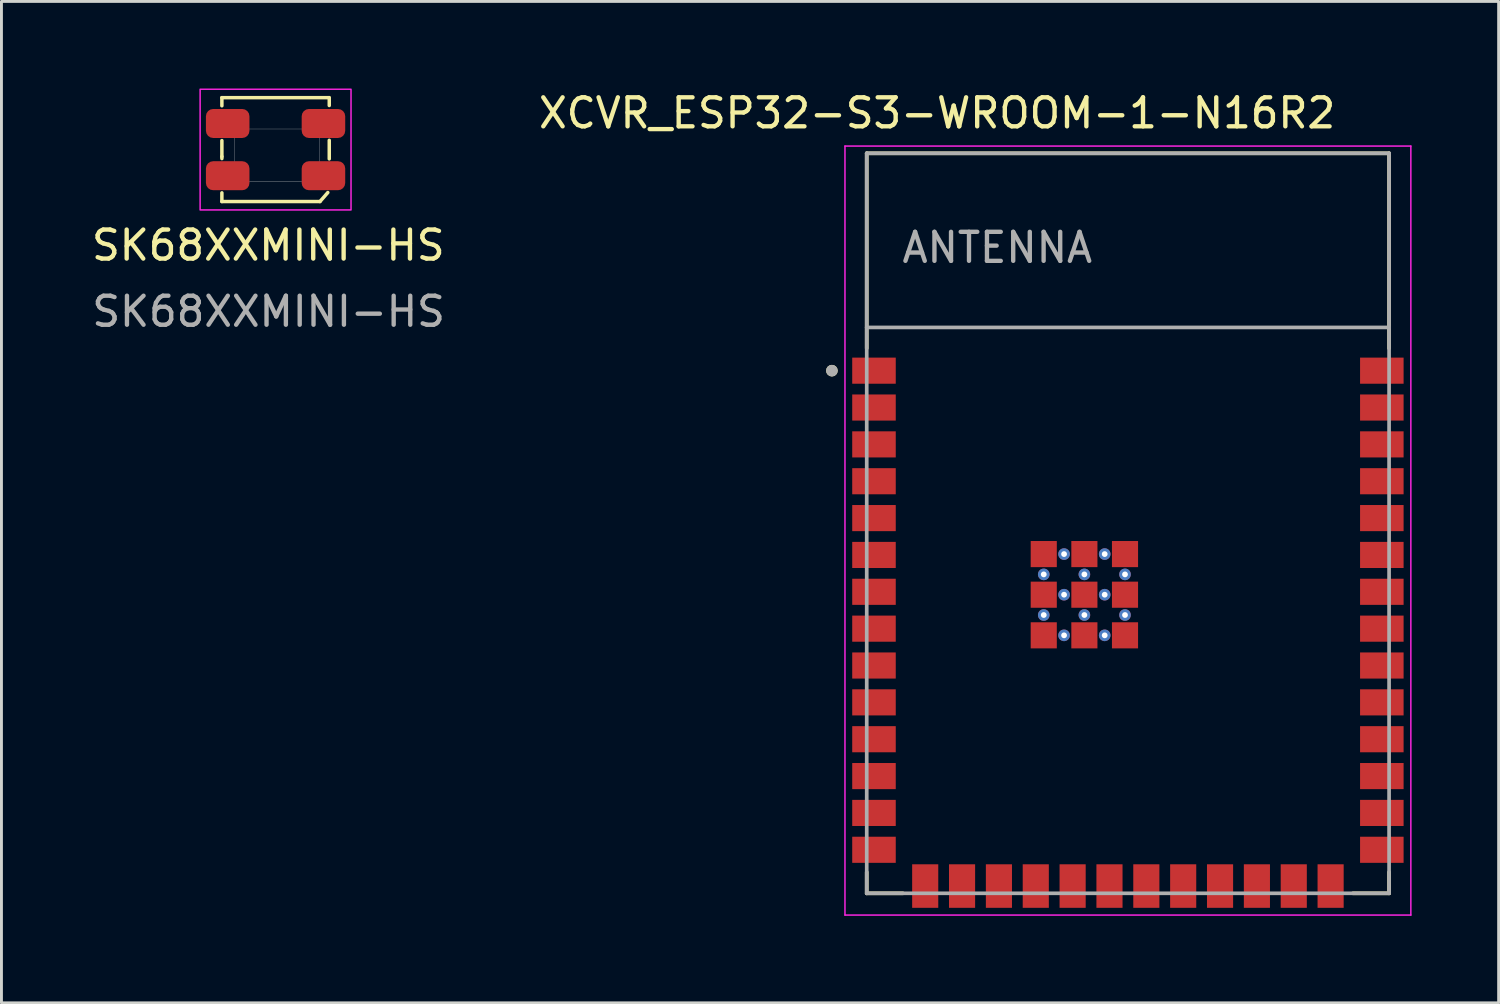
<source format=kicad_pcb>
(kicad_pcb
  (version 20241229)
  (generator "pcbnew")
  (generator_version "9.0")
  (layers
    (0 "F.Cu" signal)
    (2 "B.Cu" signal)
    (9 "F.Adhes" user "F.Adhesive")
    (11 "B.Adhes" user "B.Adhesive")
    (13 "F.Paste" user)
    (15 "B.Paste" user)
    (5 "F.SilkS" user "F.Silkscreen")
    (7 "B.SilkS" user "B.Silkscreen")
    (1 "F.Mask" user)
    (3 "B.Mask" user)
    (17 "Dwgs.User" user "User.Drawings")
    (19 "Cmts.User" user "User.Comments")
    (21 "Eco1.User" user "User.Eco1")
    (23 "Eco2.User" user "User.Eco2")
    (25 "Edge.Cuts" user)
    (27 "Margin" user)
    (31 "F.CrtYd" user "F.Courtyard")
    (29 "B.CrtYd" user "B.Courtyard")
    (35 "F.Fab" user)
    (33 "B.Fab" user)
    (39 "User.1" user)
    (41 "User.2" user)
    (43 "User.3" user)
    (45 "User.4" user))
  (footprint "XCVR_ESP32-S3-WROOM-1-N16R2"
    (layer "F.Cu")
    (at 35.817 14.983)
    (property "Reference" "XCVR_ESP32-S3-WROOM-1-N16R2" (at -6.575 -14.135 0) (layer "F.SilkS") (effects (font (size 1 1) (thickness 0.15))))
    (attr smd)
    (fp_line (start -9 -12.75) (end 9 -12.75) (stroke (width 0.127) (type solid)) (layer "F.SilkS"))
    (fp_line (start -9 -6.03) (end -9 -12.75) (stroke (width 0.127) (type solid)) (layer "F.SilkS"))
    (fp_line (start -9 12.02) (end -9 12.75) (stroke (width 0.127) (type solid)) (layer "F.SilkS"))
    (fp_line (start -9 12.75) (end -7.755 12.75) (stroke (width 0.127) (type solid)) (layer "F.SilkS"))
    (fp_line (start 9 -12.75) (end 9 -6.03) (stroke (width 0.127) (type solid)) (layer "F.SilkS"))
    (fp_line (start 9 12.02) (end 9 12.75) (stroke (width 0.127) (type solid)) (layer "F.SilkS"))
    (fp_line (start 9 12.75) (end 7.755 12.75) (stroke (width 0.127) (type solid)) (layer "F.SilkS"))
    (fp_circle (center -10.2 -5.26) (end -10.1 -5.26) (stroke (width 0.2) (type solid)) (fill no) (layer "F.SilkS"))
    (fp_line (start -9.75 -13) (end 9.75 -13) (stroke (width 0.05) (type solid)) (layer "F.CrtYd"))
    (fp_line (start -9.75 13.5) (end -9.75 -13) (stroke (width 0.05) (type solid)) (layer "F.CrtYd"))
    (fp_line (start -9.75 13.5) (end 9.75 13.5) (stroke (width 0.05) (type solid)) (layer "F.CrtYd"))
    (fp_line (start 9.75 -13) (end 9.75 13.5) (stroke (width 0.05) (type solid)) (layer "F.CrtYd"))
    (fp_line (start -9 -12.75) (end 9 -12.75) (stroke (width 0.127) (type solid)) (layer "F.Fab"))
    (fp_line (start -9 -6.75) (end -9 -12.75) (stroke (width 0.127) (type solid)) (layer "F.Fab"))
    (fp_line (start -9 -6.75) (end 9 -6.75) (stroke (width 0.127) (type solid)) (layer "F.Fab"))
    (fp_line (start -9 12.75) (end -9 -6.75) (stroke (width 0.127) (type solid)) (layer "F.Fab"))
    (fp_line (start 9 -12.75) (end 9 -6.75) (stroke (width 0.127) (type solid)) (layer "F.Fab"))
    (fp_line (start 9 -6.75) (end 9 12.75) (stroke (width 0.127) (type solid)) (layer "F.Fab"))
    (fp_line (start 9 12.75) (end -9 12.75) (stroke (width 0.127) (type solid)) (layer "F.Fab"))
    (fp_circle (center -10.2 -5.26) (end -10.1 -5.26) (stroke (width 0.2) (type solid)) (fill no) (layer "F.Fab"))
    (fp_text user "ANTENNA" (at -4.5 -9.5 0) (layer "F.Fab") (effects (font (size 1 1) (thickness 0.15))))
    (pad "1" smd rect (at -8.75 -5.26) (size 1.5 0.9) (layers "F.Cu" "F.Mask" "F.Paste"))
    (pad "2" smd rect (at -8.75 -3.99) (size 1.5 0.9) (layers "F.Cu" "F.Mask" "F.Paste"))
    (pad "3" smd rect (at -8.75 -2.72) (size 1.5 0.9) (layers "F.Cu" "F.Mask" "F.Paste"))
    (pad "4" smd rect (at -8.75 -1.45) (size 1.5 0.9) (layers "F.Cu" "F.Mask" "F.Paste"))
    (pad "5" smd rect (at -8.75 -0.18) (size 1.5 0.9) (layers "F.Cu" "F.Mask" "F.Paste"))
    (pad "6" smd rect (at -8.75 1.09) (size 1.5 0.9) (layers "F.Cu" "F.Mask" "F.Paste"))
    (pad "7" smd rect (at -8.75 2.36) (size 1.5 0.9) (layers "F.Cu" "F.Mask" "F.Paste"))
    (pad "8" smd rect (at -8.75 3.63) (size 1.5 0.9) (layers "F.Cu" "F.Mask" "F.Paste"))
    (pad "9" smd rect (at -8.75 4.9) (size 1.5 0.9) (layers "F.Cu" "F.Mask" "F.Paste"))
    (pad "10" smd rect (at -8.75 6.17) (size 1.5 0.9) (layers "F.Cu" "F.Mask" "F.Paste"))
    (pad "11" smd rect (at -8.75 7.44) (size 1.5 0.9) (layers "F.Cu" "F.Mask" "F.Paste"))
    (pad "12" smd rect (at -8.75 8.71) (size 1.5 0.9) (layers "F.Cu" "F.Mask" "F.Paste"))
    (pad "13" smd rect (at -8.75 9.98) (size 1.5 0.9) (layers "F.Cu" "F.Mask" "F.Paste"))
    (pad "14" smd rect (at -8.75 11.25) (size 1.5 0.9) (layers "F.Cu" "F.Mask" "F.Paste"))
    (pad "15" smd rect (at -6.985 12.5) (size 0.9 1.5) (layers "F.Cu" "F.Mask" "F.Paste"))
    (pad "16" smd rect (at -5.715 12.5) (size 0.9 1.5) (layers "F.Cu" "F.Mask" "F.Paste"))
    (pad "17" smd rect (at -4.445 12.5) (size 0.9 1.5) (layers "F.Cu" "F.Mask" "F.Paste"))
    (pad "18" smd rect (at -3.175 12.5) (size 0.9 1.5) (layers "F.Cu" "F.Mask" "F.Paste"))
    (pad "19" smd rect (at -1.905 12.5) (size 0.9 1.5) (layers "F.Cu" "F.Mask" "F.Paste"))
    (pad "20" smd rect (at -0.635 12.5) (size 0.9 1.5) (layers "F.Cu" "F.Mask" "F.Paste"))
    (pad "21" smd rect (at 0.635 12.5) (size 0.9 1.5) (layers "F.Cu" "F.Mask" "F.Paste"))
    (pad "22" smd rect (at 1.905 12.5) (size 0.9 1.5) (layers "F.Cu" "F.Mask" "F.Paste"))
    (pad "23" smd rect (at 3.175 12.5) (size 0.9 1.5) (layers "F.Cu" "F.Mask" "F.Paste"))
    (pad "24" smd rect (at 4.445 12.5) (size 0.9 1.5) (layers "F.Cu" "F.Mask" "F.Paste"))
    (pad "25" smd rect (at 5.715 12.5) (size 0.9 1.5) (layers "F.Cu" "F.Mask" "F.Paste"))
    (pad "26" smd rect (at 6.985 12.5) (size 0.9 1.5) (layers "F.Cu" "F.Mask" "F.Paste"))
    (pad "27" smd rect (at 8.75 11.25) (size 1.5 0.9) (layers "F.Cu" "F.Mask" "F.Paste"))
    (pad "28" smd rect (at 8.75 9.98) (size 1.5 0.9) (layers "F.Cu" "F.Mask" "F.Paste"))
    (pad "29" smd rect (at 8.75 8.71) (size 1.5 0.9) (layers "F.Cu" "F.Mask" "F.Paste"))
    (pad "30" smd rect (at 8.75 7.44) (size 1.5 0.9) (layers "F.Cu" "F.Mask" "F.Paste"))
    (pad "31" smd rect (at 8.75 6.17) (size 1.5 0.9) (layers "F.Cu" "F.Mask" "F.Paste"))
    (pad "32" smd rect (at 8.75 4.9) (size 1.5 0.9) (layers "F.Cu" "F.Mask" "F.Paste"))
    (pad "33" smd rect (at 8.75 3.63) (size 1.5 0.9) (layers "F.Cu" "F.Mask" "F.Paste"))
    (pad "34" smd rect (at 8.75 2.36) (size 1.5 0.9) (layers "F.Cu" "F.Mask" "F.Paste"))
    (pad "35" smd rect (at 8.75 1.09) (size 1.5 0.9) (layers "F.Cu" "F.Mask" "F.Paste"))
    (pad "36" smd rect (at 8.75 -0.18) (size 1.5 0.9) (layers "F.Cu" "F.Mask" "F.Paste"))
    (pad "37" smd rect (at 8.75 -1.45) (size 1.5 0.9) (layers "F.Cu" "F.Mask" "F.Paste"))
    (pad "38" smd rect (at 8.75 -2.72) (size 1.5 0.9) (layers "F.Cu" "F.Mask" "F.Paste"))
    (pad "39" smd rect (at 8.75 -3.99) (size 1.5 0.9) (layers "F.Cu" "F.Mask" "F.Paste"))
    (pad "40" smd rect (at 8.75 -5.26) (size 1.5 0.9) (layers "F.Cu" "F.Mask" "F.Paste"))
    (pad "41_1" smd rect (at -1.5 2.46) (size 0.9 0.9) (layers "F.Cu" "F.Mask" "F.Paste"))
    (pad "41_2" smd rect (at -2.9 2.46) (size 0.9 0.9) (layers "F.Cu" "F.Mask" "F.Paste"))
    (pad "41_3" smd rect (at -0.1 2.46) (size 0.9 0.9) (layers "F.Cu" "F.Mask" "F.Paste"))
    (pad "41_4" smd rect (at -2.9 3.86) (size 0.9 0.9) (layers "F.Cu" "F.Mask" "F.Paste"))
    (pad "41_5" smd rect (at -1.5 3.86) (size 0.9 0.9) (layers "F.Cu" "F.Mask" "F.Paste"))
    (pad "41_6" smd rect (at -0.1 3.86) (size 0.9 0.9) (layers "F.Cu" "F.Mask" "F.Paste"))
    (pad "41_7" smd rect (at -2.9 1.06) (size 0.9 0.9) (layers "F.Cu" "F.Mask" "F.Paste"))
    (pad "41_8" smd rect (at -1.5 1.06) (size 0.9 0.9) (layers "F.Cu" "F.Mask" "F.Paste"))
    (pad "41_9" smd rect (at -0.1 1.06) (size 0.9 0.9) (layers "F.Cu" "F.Mask" "F.Paste"))
    (pad "41_10" thru_hole circle (at -1.5 1.76) (size 0.4 0.4) (drill 0.2) (layers "*.Cu"))
    (pad "41_11" thru_hole circle (at -2.9 1.76) (size 0.4 0.4) (drill 0.2) (layers "*.Cu"))
    (pad "41_12" thru_hole circle (at -0.1 1.76) (size 0.4 0.4) (drill 0.2) (layers "*.Cu"))
    (pad "41_13" thru_hole circle (at -2.9 3.16) (size 0.4 0.4) (drill 0.2) (layers "*.Cu"))
    (pad "41_14" thru_hole circle (at -1.5 3.16) (size 0.4 0.4) (drill 0.2) (layers "*.Cu"))
    (pad "41_15" thru_hole circle (at -0.1 3.16) (size 0.4 0.4) (drill 0.2) (layers "*.Cu"))
    (pad "41_16" thru_hole circle (at -2.2 1.06) (size 0.4 0.4) (drill 0.2) (layers "*.Cu"))
    (pad "41_17" thru_hole circle (at -0.8 1.06) (size 0.4 0.4) (drill 0.2) (layers "*.Cu"))
    (pad "41_18" thru_hole circle (at -2.2 2.46) (size 0.4 0.4) (drill 0.2) (layers "*.Cu"))
    (pad "41_19" thru_hole circle (at -0.8 2.46) (size 0.4 0.4) (drill 0.2) (layers "*.Cu"))
    (pad "41_20" thru_hole circle (at -2.2 3.86) (size 0.4 0.4) (drill 0.2) (layers "*.Cu"))
    (pad "41_21" thru_hole circle (at -0.8 3.86) (size 0.4 0.4) (drill 0.2) (layers "*.Cu"))
    (zone (net_name "") (layer "F.Cu") (hatch full 0.508) (connect_pads) (min_thickness 0.01) (filled_areas_thickness no) (keepout (tracks not_allowed) (vias not_allowed) (pads not_allowed) (copperpour not_allowed) (footprints allowed)) (placement (enabled no)) (fill) (polygon (pts (xy 26.817 2.233) (xy 44.817 2.233) (xy 44.817 8.233) (xy 26.817 8.233))))
    (zone (net_name "") (layers "F.Cu" "B.Cu") (hatch full 0.508) (connect_pads) (min_thickness 0.01) (filled_areas_thickness no) (keepout (tracks allowed) (vias not_allowed) (pads allowed) (copperpour allowed) (footprints allowed)) (placement (enabled no)) (fill) (polygon (pts (xy 26.817 2.233) (xy 44.817 2.233) (xy 44.817 8.233) (xy 26.817 8.233))))
    (zone (net_name "") (layer "B.Cu") (hatch full 0.508) (connect_pads) (min_thickness 0.01) (filled_areas_thickness no) (keepout (tracks not_allowed) (vias not_allowed) (pads not_allowed) (copperpour not_allowed) (footprints allowed)) (placement (enabled no)) (fill) (polygon (pts (xy 26.817 2.233) (xy 44.817 2.233) (xy 44.817 8.233) (xy 26.817 8.233)))))
  (footprint "SK68XXMINI-HS"
    (layer "F.Cu")
    (at 6.186 1.705)
    (property "Reference" "SK68XXMINI-HS" (at 0.01 3.7 0) (unlocked yes) (layer "F.SilkS") (effects (font (size 1 1) (thickness 0.15))))
    (attr smd)
    (fp_line (start -1.59 -1.39) (end 2.1 -1.39) (stroke (width 0.12) (type default)) (layer "F.SilkS"))
    (fp_line (start -1.59 -1.11) (end -1.59 -1.39) (stroke (width 0.12) (type default)) (layer "F.SilkS"))
    (fp_line (start -1.59 0.09) (end -1.59 0.64) (stroke (width 0.12) (type default)) (layer "F.SilkS"))
    (fp_line (start -1.59 0.64) (end -1.59 0.71) (stroke (width 0.12) (type default)) (layer "F.SilkS"))
    (fp_line (start -1.59 2.19) (end -1.59 1.89) (stroke (width 0.12) (type default)) (layer "F.SilkS"))
    (fp_line (start 1.79 2.19) (end -1.59 2.19) (stroke (width 0.12) (type default)) (layer "F.SilkS"))
    (fp_line (start 2.06 1.88) (end 1.79 2.19) (stroke (width 0.12) (type default)) (layer "F.SilkS"))
    (fp_line (start 2.11 -1.12) (end 2.11 -1.39) (stroke (width 0.12) (type default)) (layer "F.SilkS"))
    (fp_line (start 2.11 0.08) (end 2.11 0.72) (stroke (width 0.12) (type default)) (layer "F.SilkS"))
    (fp_line (start -1.15 0) (end -1.15 0.8) (stroke (width 0.01) (type default)) (layer "Dwgs.User"))
    (fp_line (start -0.64 -0.31) (end 1.16 -0.31) (stroke (width 0.01) (type default)) (layer "Dwgs.User"))
    (fp_line (start -0.64 1.49) (end 1.16 1.49) (stroke (width 0.01) (type default)) (layer "Dwgs.User"))
    (fp_line (start 1.77 0) (end 1.77 0.8) (stroke (width 0.01) (type default)) (layer "Dwgs.User"))
    (fp_rect (start -1.59 -1.4) (end 2.11 2.19) (stroke (width 0.001) (type default)) (fill no) (layer "Dwgs.User"))
    (fp_rect (start -2.34 -1.68) (end 2.86 2.48) (stroke (width 0.05) (type default)) (fill no) (layer "F.CrtYd"))
    (fp_text user "${REFERENCE}" (at 0.02 5.98 0) (unlocked yes) (layer "F.Fab") (effects (font (size 1 1) (thickness 0.15))))
    (pad "1" smd roundrect (at 1.91 1.3) (size 1.5 1) (layers "F.Cu" "F.Mask" "F.Paste") (roundrect_rratio 0.25))
    (pad "2" smd roundrect (at 1.91 -0.5) (size 1.5 1) (layers "F.Cu" "F.Mask" "F.Paste") (roundrect_rratio 0.25))
    (pad "3" smd roundrect (at -1.39 -0.5) (size 1.5 1) (layers "F.Cu" "F.Mask" "F.Paste") (roundrect_rratio 0.25))
    (pad "4" smd roundrect (at -1.39 1.3) (size 1.5 1) (layers "F.Cu" "F.Mask" "F.Paste") (roundrect_rratio 0.25)))
  (gr_rect
    (start -3 -3)
    (end 48.592 31.508)
    (stroke (width 0.1) (type default))
    (fill no)
    (layer "Edge.Cuts")))
</source>
